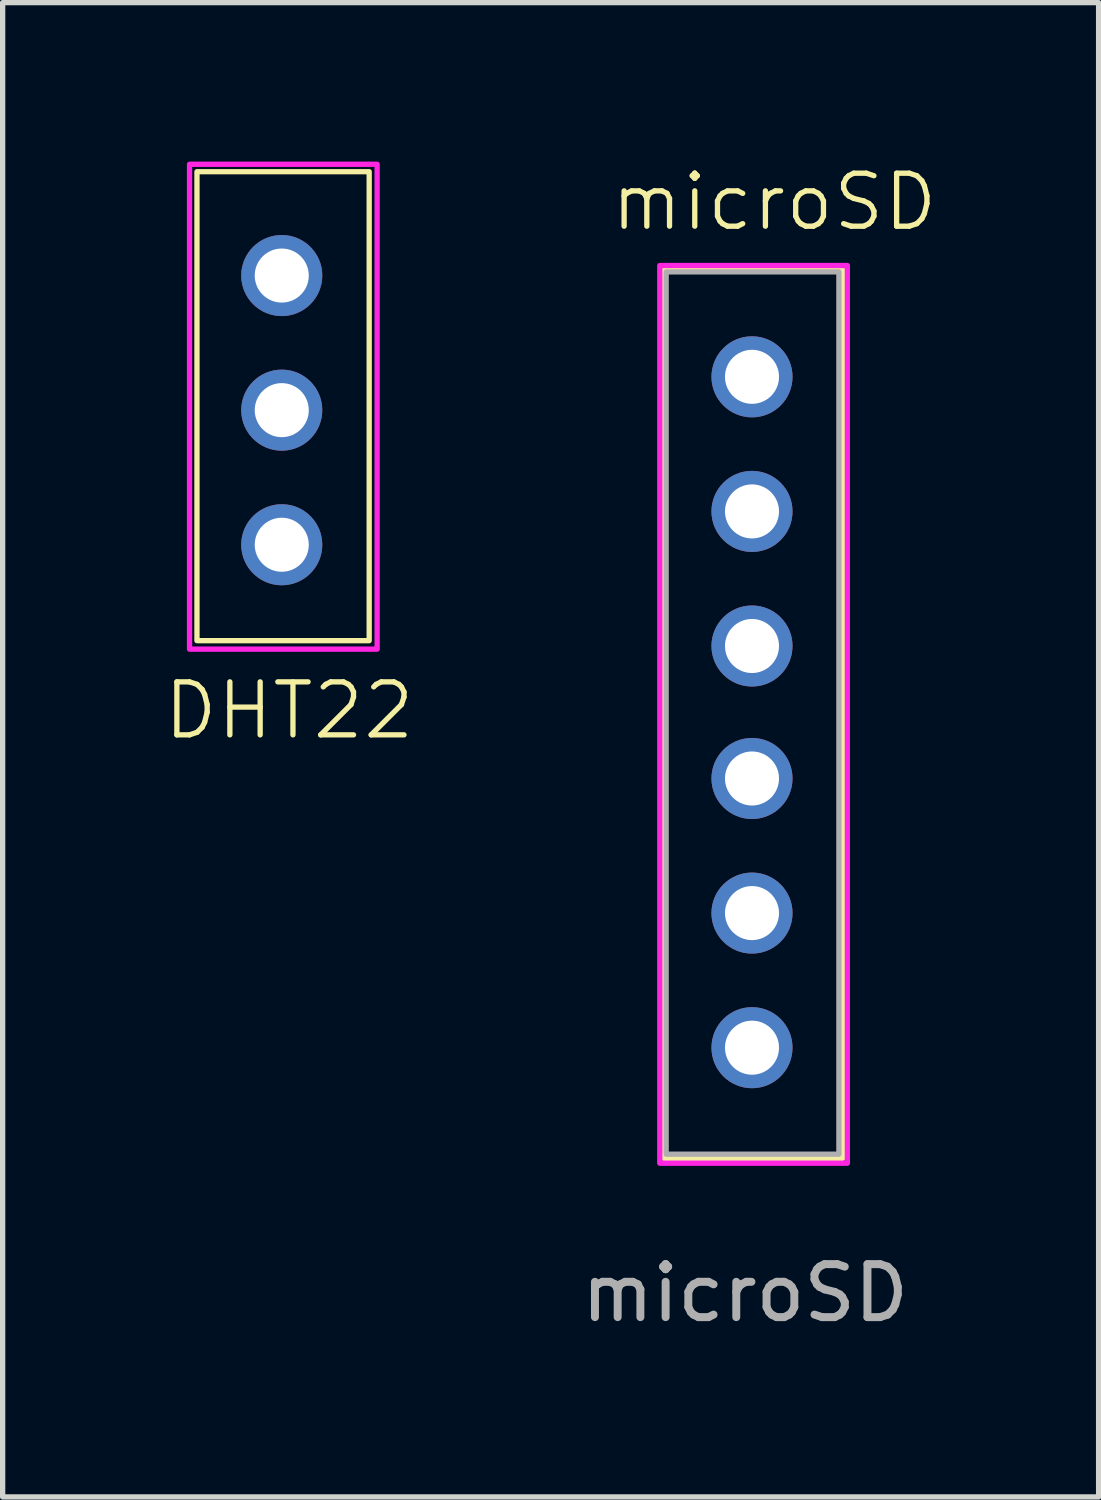
<source format=kicad_pcb>
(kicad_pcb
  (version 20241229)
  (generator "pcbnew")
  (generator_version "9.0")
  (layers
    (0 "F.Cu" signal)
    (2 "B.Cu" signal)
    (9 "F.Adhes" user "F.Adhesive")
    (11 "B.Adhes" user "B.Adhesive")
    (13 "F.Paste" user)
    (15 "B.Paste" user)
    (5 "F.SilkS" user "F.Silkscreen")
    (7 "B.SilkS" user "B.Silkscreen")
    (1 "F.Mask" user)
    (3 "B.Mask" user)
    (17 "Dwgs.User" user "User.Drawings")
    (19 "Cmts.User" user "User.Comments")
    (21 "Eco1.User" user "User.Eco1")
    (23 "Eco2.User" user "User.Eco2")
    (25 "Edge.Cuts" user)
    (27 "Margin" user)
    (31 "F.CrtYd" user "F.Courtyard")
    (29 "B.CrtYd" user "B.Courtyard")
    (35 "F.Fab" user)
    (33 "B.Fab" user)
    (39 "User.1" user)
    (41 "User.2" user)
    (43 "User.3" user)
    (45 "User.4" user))
  (footprint "DHT22"
    (layer "F.Cu")
    (at 2.357 4.65)
    (property "Reference" "DHT22" (at 0.05 5.71 0) (unlocked yes) (layer "F.SilkS") (effects (font (size 1 1) (thickness 0.1))))
    (attr through_hole)
    (fp_rect (start -1.69 -4.46) (end 1.56 4.39) (stroke (width 0.1) (type default)) (fill no) (layer "F.SilkS"))
    (fp_rect (start -1.83 -4.6) (end 1.71 4.55) (stroke (width 0.1) (type default)) (fill no) (layer "F.CrtYd"))
    (pad "1" thru_hole circle (at -0.09 -2.5) (size 1.53 1.53) (drill 1.02) (layers "*.Cu" "*.Mask"))
    (pad "2" thru_hole circle (at -0.09 0.04) (size 1.53 1.53) (drill 1.02) (layers "*.Cu" "*.Mask"))
    (pad "3" thru_hole circle (at -0.09 2.58) (size 1.53 1.53) (drill 1.02) (layers "*.Cu" "*.Mask" "Eco2.User")))
  (footprint "microSD"
    (layer "F.Cu")
    (at 11.141 7.981)
    (property "Reference" "microSD" (at 0.42 -7.22 0) (unlocked yes) (layer "F.SilkS") (effects (font (size 1 1) (thickness 0.1))))
    (attr through_hole)
    (fp_rect (start -1.66 -5.96) (end 1.71 10.83) (stroke (width 0.1) (type default)) (fill no) (layer "F.SilkS"))
    (fp_rect (start -1.74 -6.02) (end 1.8 10.92) (stroke (width 0.1) (type default)) (fill no) (layer "F.CrtYd"))
    (fp_rect (start -1.62 -5.9) (end 1.64 10.75) (stroke (width 0.1) (type default)) (fill no) (layer "F.Fab"))
    (fp_text user "${REFERENCE}" (at -0.13 13.37 0) (unlocked yes) (layer "F.Fab") (effects (font (size 1 1) (thickness 0.15))))
    (pad "1" thru_hole circle (at 0 6.2) (size 1.53 1.53) (drill 1.02) (layers "*.Cu" "*.Mask"))
    (pad "2" thru_hole circle (at 0 -3.92) (size 1.53 1.53) (drill 1.02) (layers "*.Cu" "*.Mask"))
    (pad "3" thru_hole circle (at 0 1.16) (size 1.53 1.53) (drill 1.02) (layers "*.Cu" "*.Mask"))
    (pad "4" thru_hole circle (at 0 -1.38) (size 1.53 1.53) (drill 1.02) (layers "*.Cu" "*.Mask"))
    (pad "5" thru_hole circle (at 0 3.66) (size 1.53 1.53) (drill 1.02) (layers "*.Cu" "*.Mask"))
    (pad "6" thru_hole circle (at 0 8.74) (size 1.53 1.53) (drill 1.02) (layers "*.Cu" "*.Mask")))
  (gr_rect
    (start -3 -3)
    (end 17.682 25.199)
    (stroke (width 0.1) (type default))
    (fill no)
    (layer "Edge.Cuts")))
</source>
